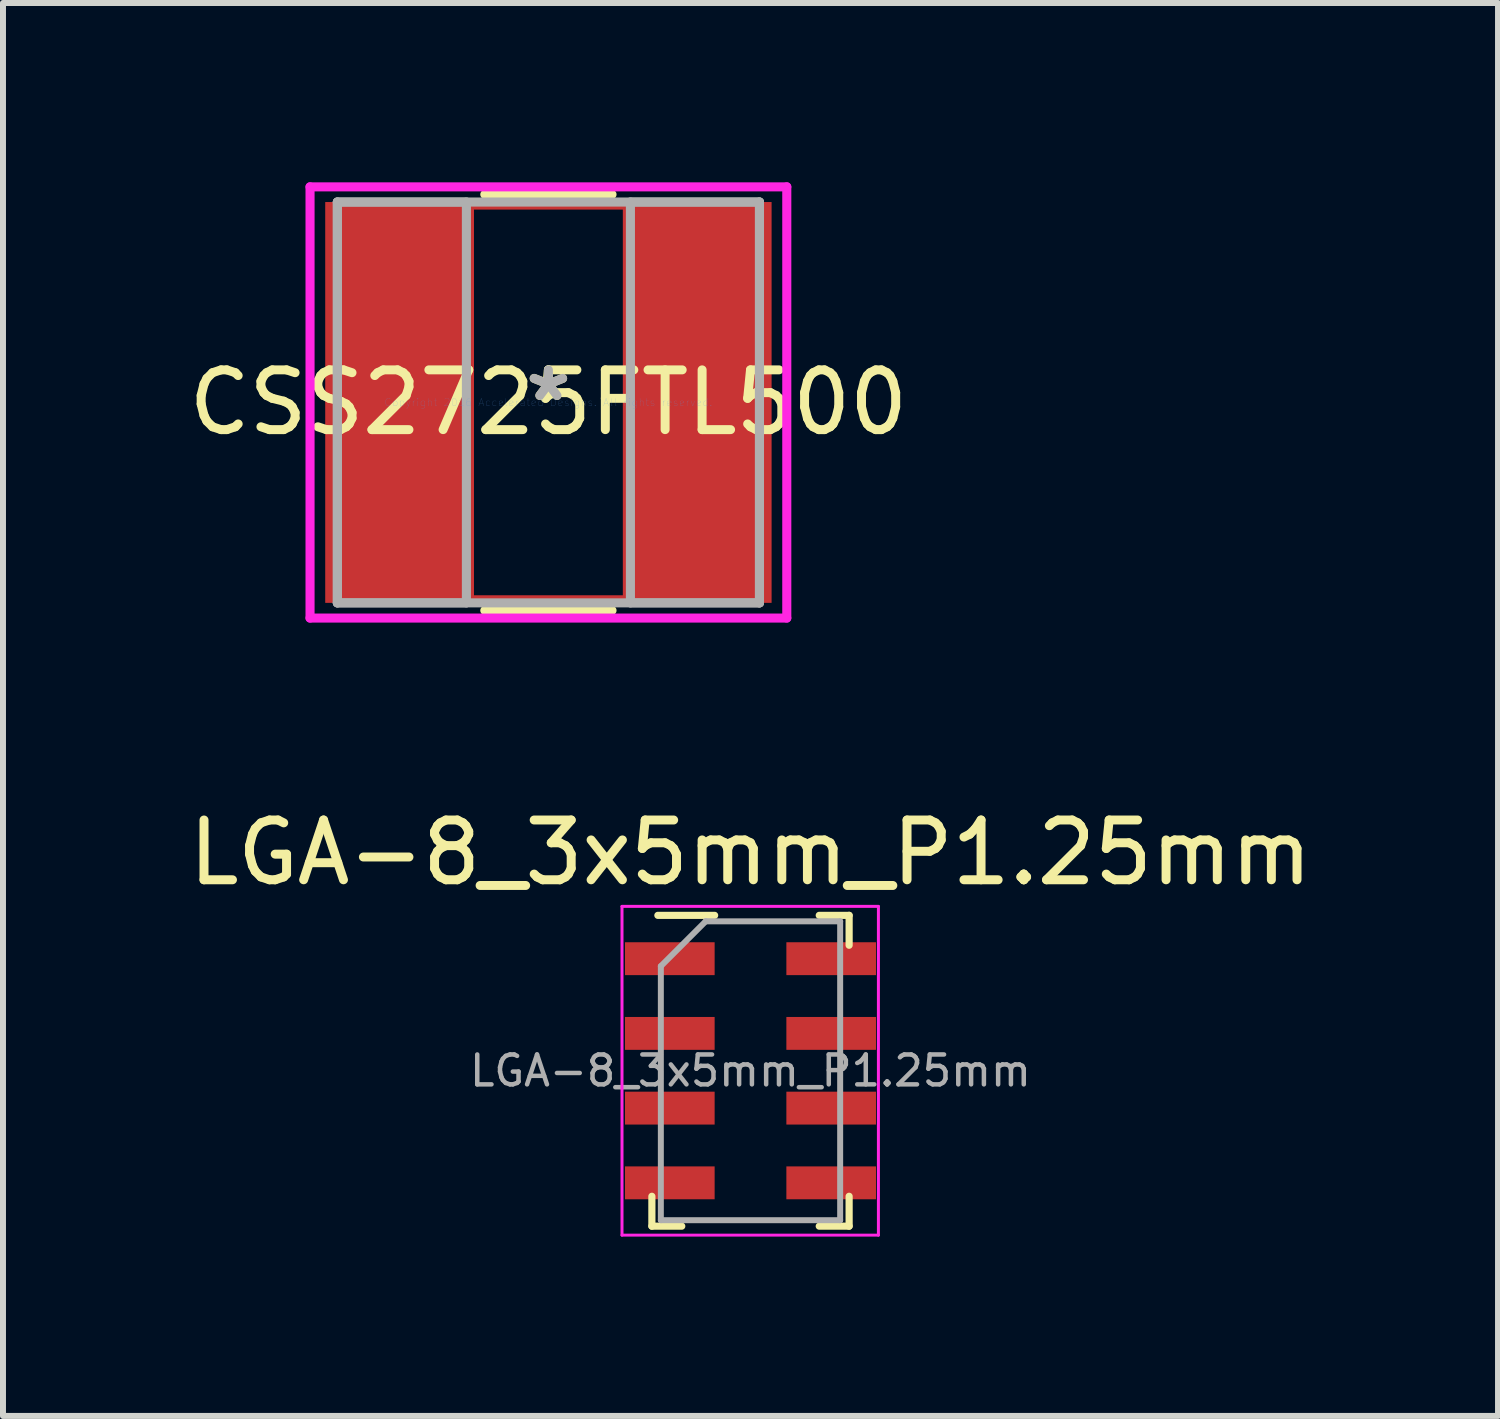
<source format=kicad_pcb>
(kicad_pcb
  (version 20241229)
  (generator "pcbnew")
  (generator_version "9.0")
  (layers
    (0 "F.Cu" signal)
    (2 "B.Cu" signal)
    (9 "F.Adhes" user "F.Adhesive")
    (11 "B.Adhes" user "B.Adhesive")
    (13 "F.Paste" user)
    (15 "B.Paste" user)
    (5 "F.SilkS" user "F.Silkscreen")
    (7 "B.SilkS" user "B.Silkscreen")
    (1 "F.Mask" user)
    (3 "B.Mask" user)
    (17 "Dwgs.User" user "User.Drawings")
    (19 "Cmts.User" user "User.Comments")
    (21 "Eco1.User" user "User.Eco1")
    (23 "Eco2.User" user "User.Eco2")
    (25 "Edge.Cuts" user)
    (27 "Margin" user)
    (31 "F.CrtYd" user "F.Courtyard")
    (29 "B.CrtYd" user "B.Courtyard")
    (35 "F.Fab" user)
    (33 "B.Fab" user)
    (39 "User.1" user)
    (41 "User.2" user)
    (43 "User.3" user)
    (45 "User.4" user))
  (footprint "CSS2725FTL500"
    (layer "F.Cu")
    (at 6.125 3.683)
    (property "Reference" "CSS2725FTL500" (at 0 0 0) (layer "F.SilkS") (effects (font (size 1 1) (thickness 0.15))))
    (attr smd)
    (fp_line (start -1.321 -3.302) (end 1.321 -3.302) (stroke (width 0.152) (type solid)) (layer "F.Cu"))
    (fp_line (start -1.321 3.302) (end -1.321 -3.302) (stroke (width 0.152) (type solid)) (layer "F.Cu"))
    (fp_line (start 1.321 -3.302) (end 1.321 3.302) (stroke (width 0.152) (type solid)) (layer "F.Cu"))
    (fp_line (start 1.321 3.302) (end -1.321 3.302) (stroke (width 0.152) (type solid)) (layer "F.Cu"))
    (fp_line (start -1.064 3.48) (end 1.064 3.48) (stroke (width 0.152) (type solid)) (layer "F.SilkS"))
    (fp_line (start 1.064 -3.48) (end -1.064 -3.48) (stroke (width 0.152) (type solid)) (layer "F.SilkS"))
    (fp_line (start -3.988 -3.607) (end 3.988 -3.607) (stroke (width 0.152) (type solid)) (layer "F.CrtYd"))
    (fp_line (start -3.988 3.607) (end -3.988 -3.607) (stroke (width 0.152) (type solid)) (layer "F.CrtYd"))
    (fp_line (start 3.988 -3.607) (end 3.988 3.607) (stroke (width 0.152) (type solid)) (layer "F.CrtYd"))
    (fp_line (start 3.988 3.607) (end -3.988 3.607) (stroke (width 0.152) (type solid)) (layer "F.CrtYd"))
    (fp_line (start -3.531 -3.353) (end -3.531 3.353) (stroke (width 0.152) (type solid)) (layer "F.Fab"))
    (fp_line (start -3.531 -3.353) (end -3.531 3.353) (stroke (width 0.152) (type solid)) (layer "F.Fab"))
    (fp_line (start -3.531 3.353) (end -1.372 3.353) (stroke (width 0.152) (type solid)) (layer "F.Fab"))
    (fp_line (start -3.531 3.353) (end 3.531 3.353) (stroke (width 0.152) (type solid)) (layer "F.Fab"))
    (fp_line (start -1.372 -3.353) (end -3.531 -3.353) (stroke (width 0.152) (type solid)) (layer "F.Fab"))
    (fp_line (start -1.372 3.353) (end -1.372 -3.353) (stroke (width 0.152) (type solid)) (layer "F.Fab"))
    (fp_line (start 1.372 -3.353) (end 1.372 3.353) (stroke (width 0.152) (type solid)) (layer "F.Fab"))
    (fp_line (start 1.372 3.353) (end 3.531 3.353) (stroke (width 0.152) (type solid)) (layer "F.Fab"))
    (fp_line (start 3.531 -3.353) (end -3.531 -3.353) (stroke (width 0.152) (type solid)) (layer "F.Fab"))
    (fp_line (start 3.531 -3.353) (end 1.372 -3.353) (stroke (width 0.152) (type solid)) (layer "F.Fab"))
    (fp_line (start 3.531 3.353) (end 3.531 -3.353) (stroke (width 0.152) (type solid)) (layer "F.Fab"))
    (fp_line (start 3.531 3.353) (end 3.531 -3.353) (stroke (width 0.152) (type solid)) (layer "F.Fab"))
    (fp_text user "*" (at 0 0 0) (layer "F.SilkS") (effects (font (size 1 1) (thickness 0.15))))
    (fp_text user "Copyright 2016 Accelerated Designs. All rights reserved." (at 0 0 0) (layer "Cmts.User") (effects (font (size 0.127 0.127) (thickness 0.002))))
    (fp_text user "*" (at 0 0 0) (layer "F.Fab") (effects (font (size 1 1) (thickness 0.15))))
    (pad "1" smd rect (at -2.553 0) (size 2.362 6.706) (layers "F.Cu" "F.Mask" "F.Paste"))
    (pad "2" smd rect (at 2.553 0) (size 2.362 6.706) (layers "F.Cu" "F.Mask" "F.Paste")))
  (footprint "LGA-8_3x5mm_P1.25mm"
    (layer "F.Cu")
    (at 9.506 14.864)
    (property "Reference" "LGA-8_3x5mm_P1.25mm" (at 0 -3.65 0) (layer "F.SilkS") (effects (font (size 1 1) (thickness 0.15))))
    (attr smd)
    (fp_line (start -1.65 2.6) (end -1.65 2.1) (stroke (width 0.12) (type solid)) (layer "F.SilkS"))
    (fp_line (start -1.55 -2.6) (end -0.6 -2.6) (stroke (width 0.12) (type solid)) (layer "F.SilkS"))
    (fp_line (start -1.15 2.6) (end -1.65 2.6) (stroke (width 0.12) (type solid)) (layer "F.SilkS"))
    (fp_line (start 1.15 -2.6) (end 1.65 -2.6) (stroke (width 0.12) (type solid)) (layer "F.SilkS"))
    (fp_line (start 1.65 -2.6) (end 1.65 -2.1) (stroke (width 0.12) (type solid)) (layer "F.SilkS"))
    (fp_line (start 1.65 2.1) (end 1.65 2.6) (stroke (width 0.12) (type solid)) (layer "F.SilkS"))
    (fp_line (start 1.65 2.6) (end 1.15 2.6) (stroke (width 0.12) (type solid)) (layer "F.SilkS"))
    (fp_line (start -2.15 -2.75) (end -2.15 2.75) (stroke (width 0.05) (type solid)) (layer "F.CrtYd"))
    (fp_line (start -2.15 -2.75) (end 2.14 -2.75) (stroke (width 0.05) (type solid)) (layer "F.CrtYd"))
    (fp_line (start 2.14 2.75) (end -2.15 2.75) (stroke (width 0.05) (type solid)) (layer "F.CrtYd"))
    (fp_line (start 2.14 2.75) (end 2.14 -2.75) (stroke (width 0.05) (type solid)) (layer "F.CrtYd"))
    (fp_line (start -1.5 -1.75) (end -0.75 -2.5) (stroke (width 0.1) (type solid)) (layer "F.Fab"))
    (fp_line (start -1.5 2.5) (end -1.5 -1.75) (stroke (width 0.1) (type solid)) (layer "F.Fab"))
    (fp_line (start -0.75 -2.5) (end 1.5 -2.5) (stroke (width 0.1) (type solid)) (layer "F.Fab"))
    (fp_line (start 1.5 -2.5) (end 1.5 2.5) (stroke (width 0.1) (type solid)) (layer "F.Fab"))
    (fp_line (start 1.5 2.5) (end -1.5 2.5) (stroke (width 0.1) (type solid)) (layer "F.Fab"))
    (fp_text user "${REFERENCE}" (at 0 0 0) (layer "F.Fab") (effects (font (size 0.5 0.5) (thickness 0.075))))
    (pad "1" smd rect (at -1.35 -1.875) (size 1.5 0.55) (layers "F.Cu" "F.Mask" "F.Paste"))
    (pad "2" smd rect (at -1.35 -0.625) (size 1.5 0.55) (layers "F.Cu" "F.Mask" "F.Paste"))
    (pad "3" smd rect (at -1.35 0.625) (size 1.5 0.55) (layers "F.Cu" "F.Mask" "F.Paste"))
    (pad "4" smd rect (at -1.35 1.875) (size 1.5 0.55) (layers "F.Cu" "F.Mask" "F.Paste"))
    (pad "5" smd rect (at 1.35 1.875) (size 1.5 0.55) (layers "F.Cu" "F.Mask" "F.Paste"))
    (pad "6" smd rect (at 1.35 0.625) (size 1.5 0.55) (layers "F.Cu" "F.Mask" "F.Paste"))
    (pad "7" smd rect (at 1.35 -0.625) (size 1.5 0.55) (layers "F.Cu" "F.Mask" "F.Paste"))
    (pad "8" smd rect (at 1.35 -1.875) (size 1.5 0.55) (layers "F.Cu" "F.Mask" "F.Paste")))
  (gr_rect
    (start -3 -3)
    (end 22.012 20.639)
    (stroke (width 0.1) (type default))
    (fill no)
    (layer "Edge.Cuts")))
</source>
